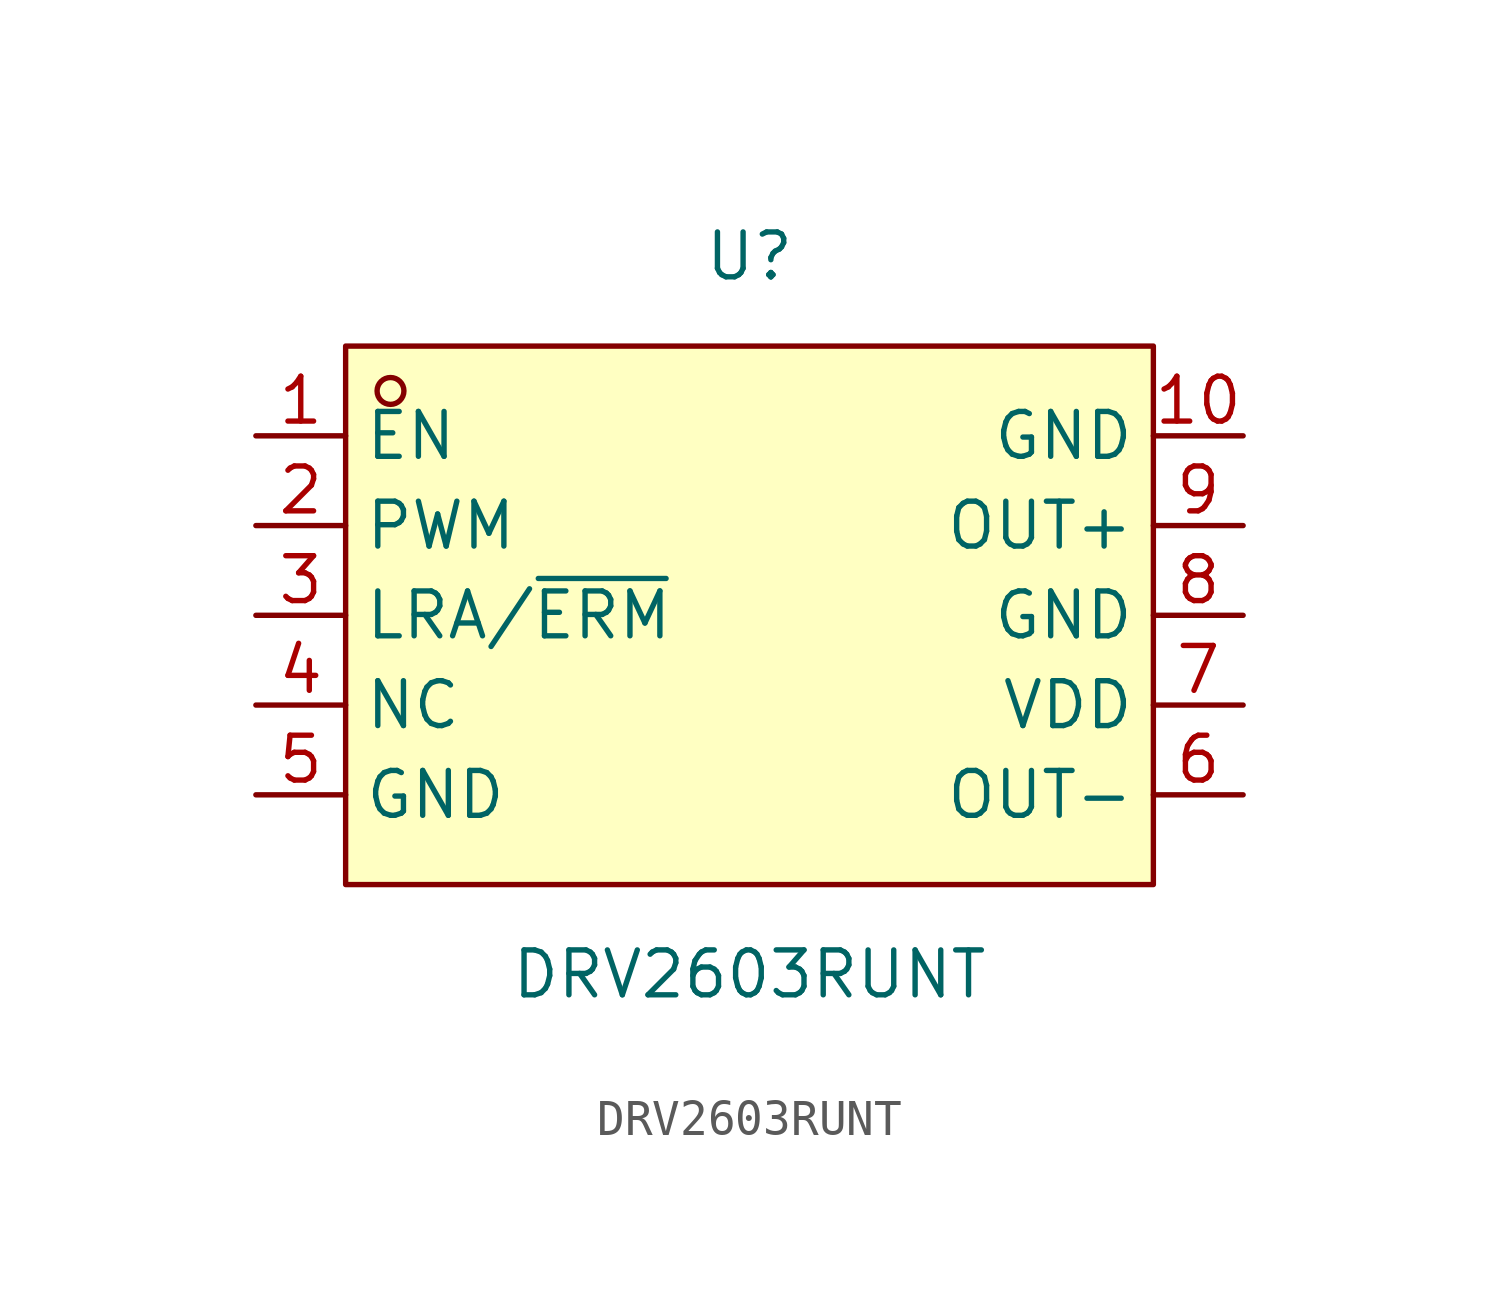
<source format=kicad_sym>
(kicad_symbol_lib
  (version 20211014)
  (generator https://github.com/uPesy/easyeda2kicad.py)
  (symbol "DRV2603RUNT"
    (property "Reference" "U"
      (at 0 10.16 0)
      (effects (font (size 1.27 1.27))))
    (property "Value" "DRV2603RUNT"
      (at 0 -10.16 0)
      (effects (font (size 1.27 1.27))))
    (symbol "DRV2603RUNT_0_1"
      (rectangle (start -11.43 7.62) (end 11.43 -7.62) (stroke (width 0) (type default) (color 0 0 0 0)) (fill (type background)))
      (circle (center -10.16 6.35) (radius 0.38) (stroke (width 0) (type default) (color 0 0 0 0)) (fill (type none)))
      (pin unspecified line (at -13.97 5.08 0) (length 2.54) (name "EN" (effects (font (size 1.27 1.27)))) (number "1" (effects (font (size 1.27 1.27)))))
      (pin unspecified line (at -13.97 2.54 0) (length 2.54) (name "PWM" (effects (font (size 1.27 1.27)))) (number "2" (effects (font (size 1.27 1.27)))))
      (pin unspecified line (at -13.97 -0.00 0) (length 2.54) (name "LRA/~{ERM}" (effects (font (size 1.27 1.27)))) (number "3" (effects (font (size 1.27 1.27)))))
      (pin unspecified line (at -13.97 -2.54 0) (length 2.54) (name "NC" (effects (font (size 1.27 1.27)))) (number "4" (effects (font (size 1.27 1.27)))))
      (pin unspecified line (at -13.97 -5.08 0) (length 2.54) (name "GND" (effects (font (size 1.27 1.27)))) (number "5" (effects (font (size 1.27 1.27)))))
      (pin unspecified line (at 13.97 -5.08 180) (length 2.54) (name "OUT-" (effects (font (size 1.27 1.27)))) (number "6" (effects (font (size 1.27 1.27)))))
      (pin unspecified line (at 13.97 -2.54 180) (length 2.54) (name "VDD" (effects (font (size 1.27 1.27)))) (number "7" (effects (font (size 1.27 1.27)))))
      (pin unspecified line (at 13.97 -0.00 180) (length 2.54) (name "GND" (effects (font (size 1.27 1.27)))) (number "8" (effects (font (size 1.27 1.27)))))
      (pin unspecified line (at 13.97 2.54 180) (length 2.54) (name "OUT+" (effects (font (size 1.27 1.27)))) (number "9" (effects (font (size 1.27 1.27)))))
      (pin unspecified line (at 13.97 5.08 180) (length 2.54) (name "GND" (effects (font (size 1.27 1.27)))) (number "10" (effects (font (size 1.27 1.27))))))))
</source>
